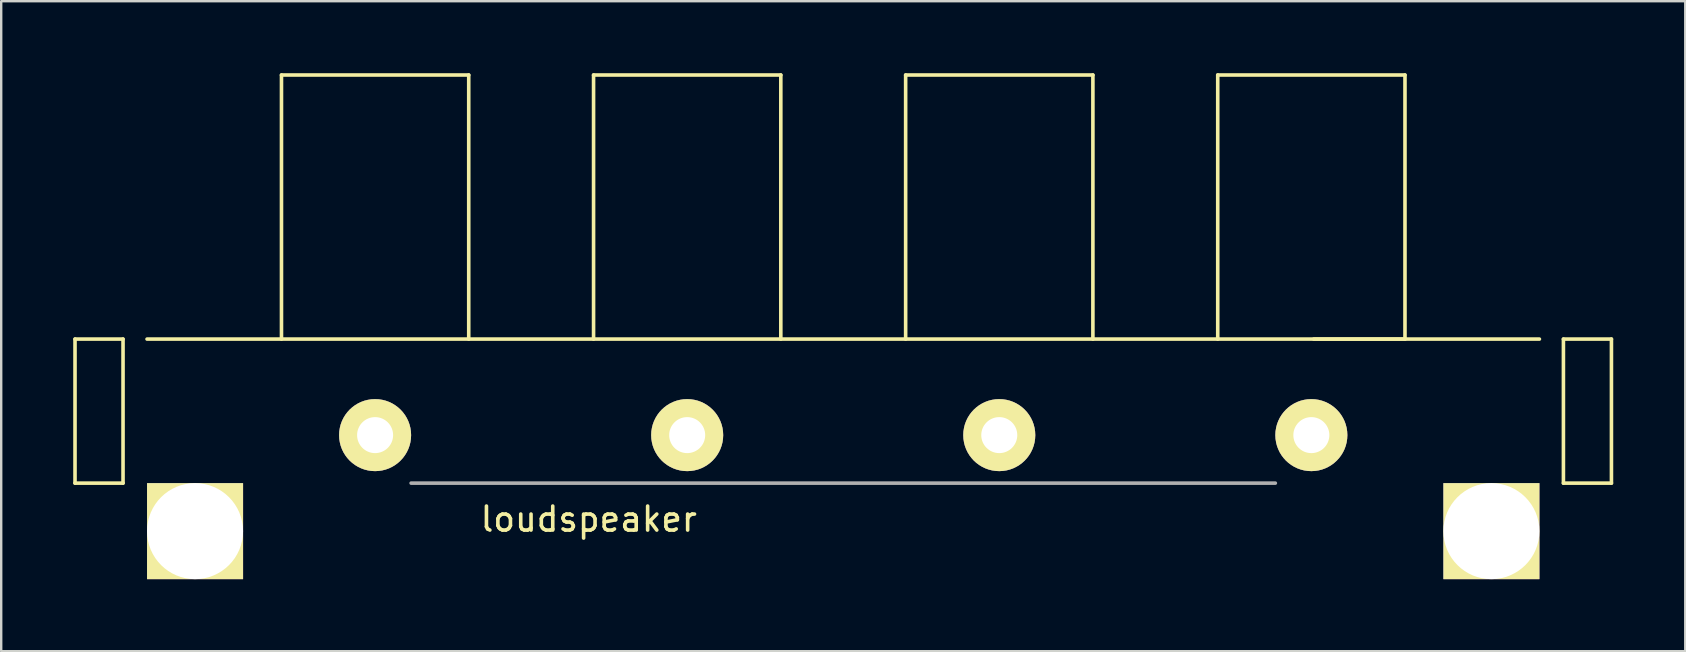
<source format=kicad_pcb>
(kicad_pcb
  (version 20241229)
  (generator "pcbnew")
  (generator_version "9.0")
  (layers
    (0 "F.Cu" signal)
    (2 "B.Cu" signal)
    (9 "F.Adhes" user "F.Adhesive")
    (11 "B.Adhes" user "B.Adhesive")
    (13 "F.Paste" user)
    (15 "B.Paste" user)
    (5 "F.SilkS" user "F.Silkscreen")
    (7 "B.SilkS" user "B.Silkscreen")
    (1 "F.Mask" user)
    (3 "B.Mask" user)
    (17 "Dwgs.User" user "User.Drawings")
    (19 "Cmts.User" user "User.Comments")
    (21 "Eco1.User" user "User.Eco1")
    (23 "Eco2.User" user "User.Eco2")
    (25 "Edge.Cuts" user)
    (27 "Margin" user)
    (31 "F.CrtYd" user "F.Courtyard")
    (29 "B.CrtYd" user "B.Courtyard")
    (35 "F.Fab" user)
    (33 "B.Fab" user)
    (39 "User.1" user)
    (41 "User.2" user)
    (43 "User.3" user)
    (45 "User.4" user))
  (footprint "loudspeaker"
    (layer "F.Cu")
    (at 32.075 17.075)
    (property "Reference" "loudspeaker" (at -10.6 1.5 0) (layer "F.SilkS") (effects (font (size 1 1) (thickness 0.15))))
    (attr through_hole)
    (fp_line (start -32 -6) (end -30 -6) (stroke (width 0.15) (type solid)) (layer "F.SilkS"))
    (fp_line (start -32 0) (end -32 -6) (stroke (width 0.15) (type solid)) (layer "F.SilkS"))
    (fp_line (start -30 -6) (end -30 0) (stroke (width 0.15) (type solid)) (layer "F.SilkS"))
    (fp_line (start -30 0) (end -32 0) (stroke (width 0.15) (type solid)) (layer "F.SilkS"))
    (fp_line (start -29 -6) (end 29 -6) (stroke (width 0.15) (type solid)) (layer "F.SilkS"))
    (fp_line (start -23.4 -17) (end -23.4 -6) (stroke (width 0.15) (type solid)) (layer "F.SilkS"))
    (fp_line (start -15.6 -17) (end -23.4 -17) (stroke (width 0.15) (type solid)) (layer "F.SilkS"))
    (fp_line (start -15.6 -6) (end -15.6 -17) (stroke (width 0.15) (type solid)) (layer "F.SilkS"))
    (fp_line (start -10.4 -17) (end -10.4 -6) (stroke (width 0.15) (type solid)) (layer "F.SilkS"))
    (fp_line (start -2.6 -17) (end -10.4 -17) (stroke (width 0.15) (type solid)) (layer "F.SilkS"))
    (fp_line (start -2.6 -6) (end -2.6 -17) (stroke (width 0.15) (type solid)) (layer "F.SilkS"))
    (fp_line (start 2.6 -17) (end 2.6 -6) (stroke (width 0.15) (type solid)) (layer "F.SilkS"))
    (fp_line (start 10.4 -17) (end 2.6 -17) (stroke (width 0.15) (type solid)) (layer "F.SilkS"))
    (fp_line (start 10.4 -6) (end 10.4 -17) (stroke (width 0.15) (type solid)) (layer "F.SilkS"))
    (fp_line (start 15.6 -17) (end 15.6 -6) (stroke (width 0.15) (type solid)) (layer "F.SilkS"))
    (fp_line (start 19.6 -6) (end 23.4 -6) (stroke (width 0.15) (type solid)) (layer "F.SilkS"))
    (fp_line (start 23.4 -17) (end 15.6 -17) (stroke (width 0.15) (type solid)) (layer "F.SilkS"))
    (fp_line (start 23.4 -6) (end 23.4 -17) (stroke (width 0.15) (type solid)) (layer "F.SilkS"))
    (fp_line (start 30 -6) (end 32 -6) (stroke (width 0.15) (type solid)) (layer "F.SilkS"))
    (fp_line (start 30 0) (end 30 -6) (stroke (width 0.15) (type solid)) (layer "F.SilkS"))
    (fp_line (start 32 -6) (end 32 0) (stroke (width 0.15) (type solid)) (layer "F.SilkS"))
    (fp_line (start 32 0) (end 30 0) (stroke (width 0.15) (type solid)) (layer "F.SilkS"))
    (fp_line (start -18 0) (end 18 0) (stroke (width 0.15) (type solid)) (layer "F.Fab"))
    (pad "1" thru_hole circle (at -19.5 -2) (size 3 3) (drill 1.5) (layers "*.Cu" "*.Mask" "F.SilkS"))
    (pad "2" thru_hole circle (at -6.5 -2) (size 3 3) (drill 1.5) (layers "*.Cu" "*.Mask" "F.SilkS"))
    (pad "3" thru_hole circle (at 6.5 -2) (size 3 3) (drill 1.5) (layers "*.Cu" "*.Mask" "F.SilkS"))
    (pad "4" thru_hole circle (at 19.5 -2) (size 3 3) (drill 1.5) (layers "*.Cu" "*.Mask" "F.SilkS"))
    (pad "5" thru_hole rect (at 27 2) (size 4 4) (drill 4) (layers "*.Cu" "*.Mask" "F.SilkS"))
    (pad "6" thru_hole rect (at -27 2) (size 4 4) (drill 4) (layers "*.Cu" "*.Mask" "F.SilkS")))
  (gr_rect
    (start -3 -3)
    (end 67.15 24.075)
    (stroke (width 0.1) (type default))
    (fill no)
    (layer "Edge.Cuts")))
</source>
